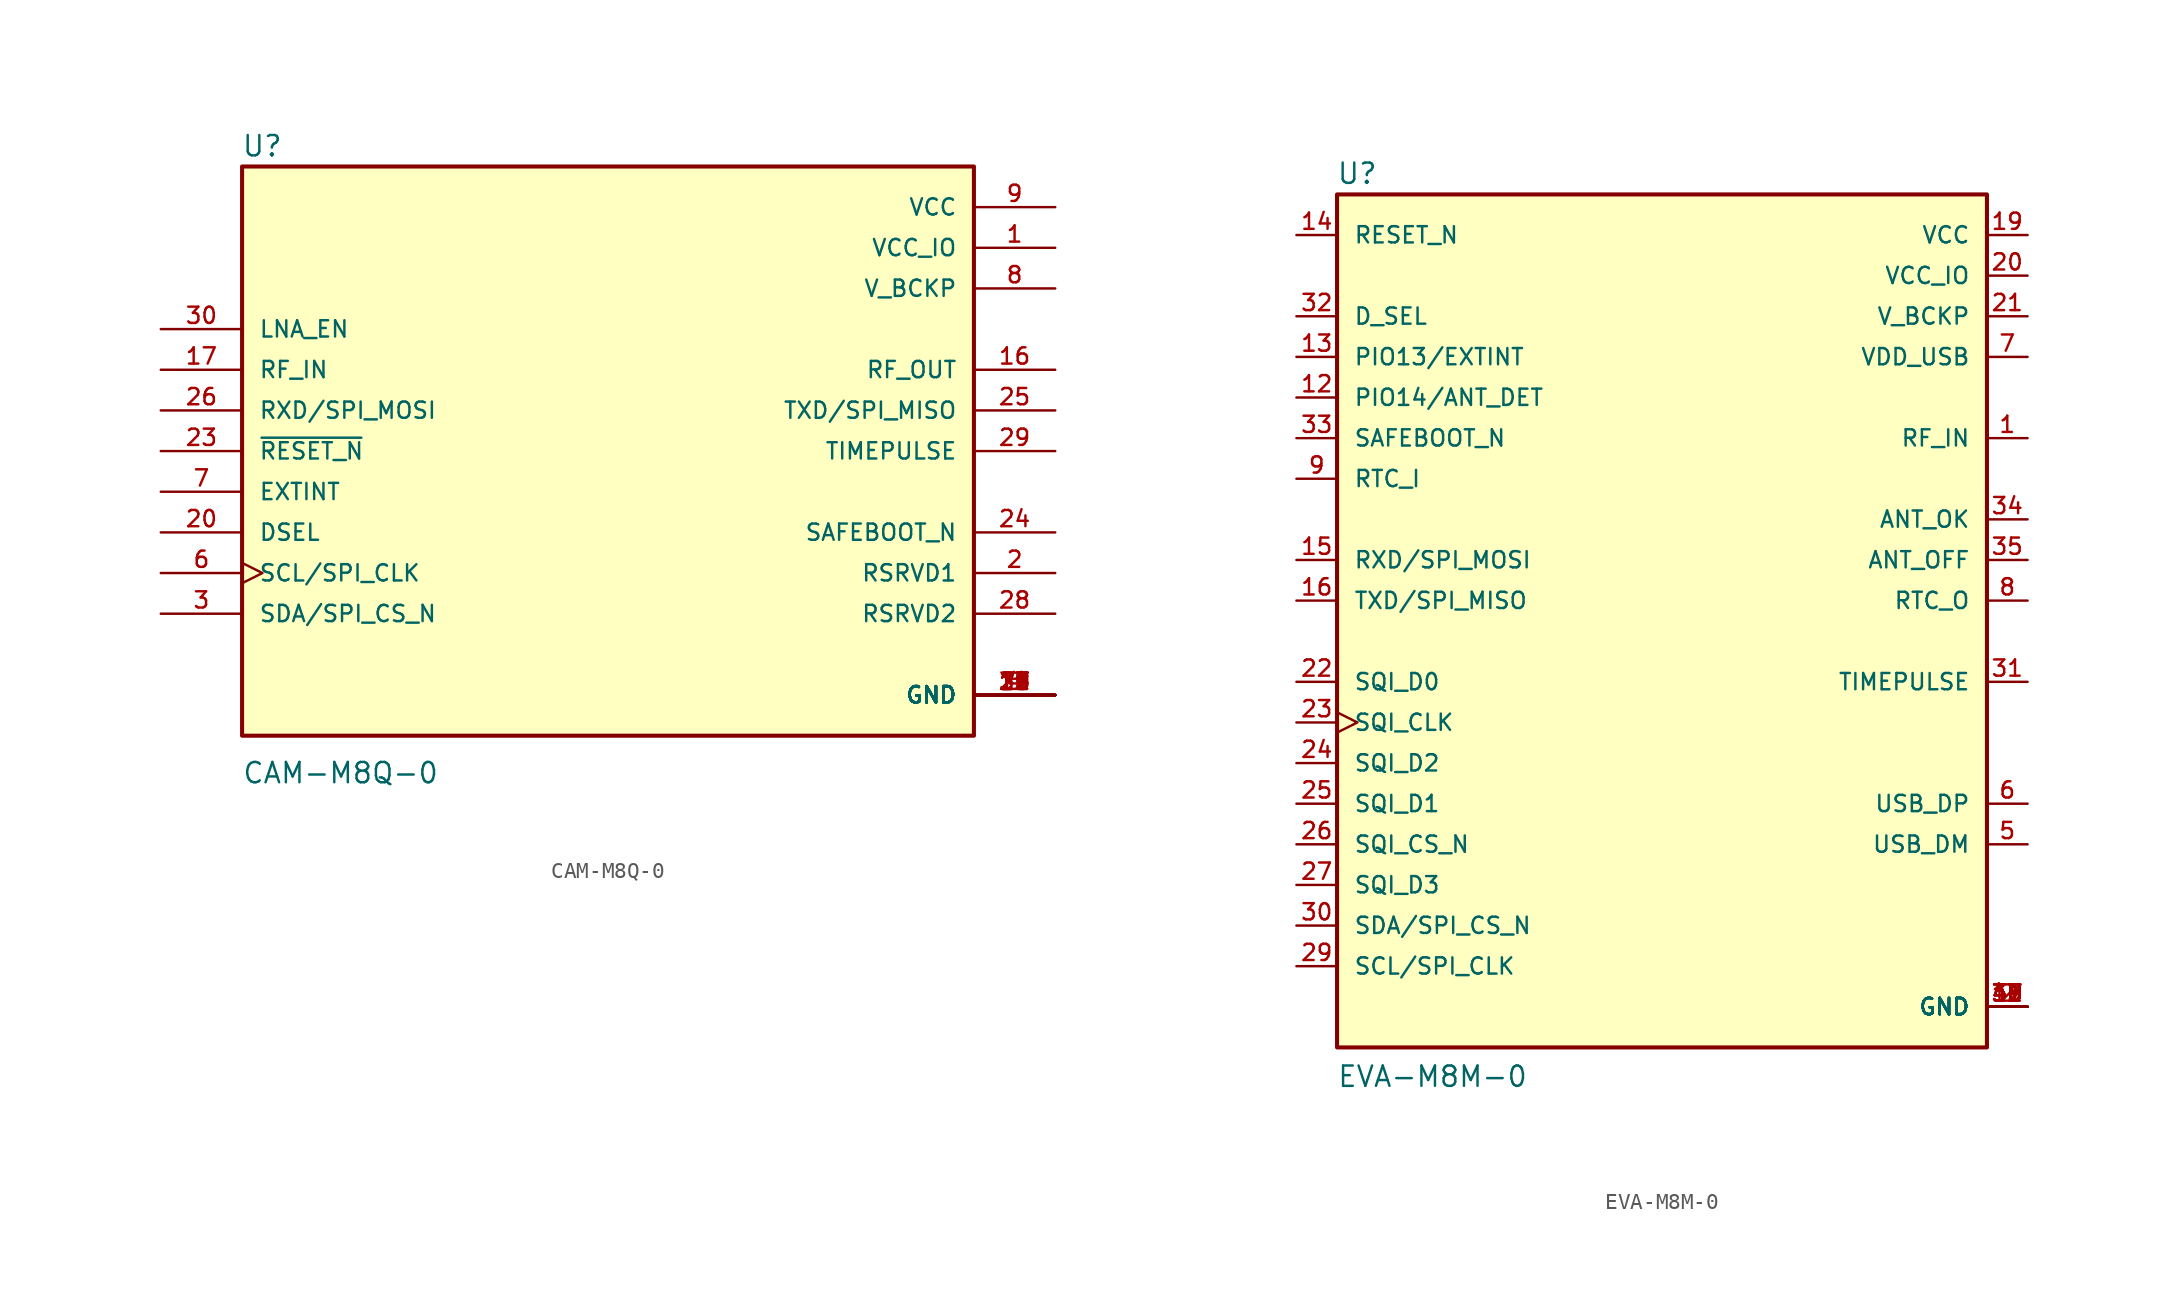
<source format=kicad_sym>
(kicad_symbol_lib
  (version 20211014)
  (generator kicad_symbol_editor)
  (symbol "CAM-M8Q-0"
    (pin_names
      (offset 1.016))
    (property "Reference" "U"
      (at -22.911 18.313 0)
      (effects (font (size 1.27 1.27)) (justify left bottom)))
    (property "Value" "CAM-M8Q-0"
      (at -22.885 -20.853 0)
      (effects (font (size 1.27 1.27)) (justify left bottom)))
    (property "ki_locked" ""
      (at 0 0 0)
      (effects (font (size 1.27 1.27))))
    (symbol "CAM-M8Q-0_0_0"
      (rectangle (start -22.86 -17.78) (end 22.86 17.78) (stroke (width 0.254) (type default) (color 0 0 0 0)) (fill (type background)))
      (pin power_in line (at 27.94 12.7 180) (length 5.08) (name "VCC_IO" (effects (font (size 1.016 1.016)))) (number "1" (effects (font (size 1.016 1.016)))))
      (pin power_in line (at 27.94 -15.24 180) (length 5.08) (name "GND" (effects (font (size 1.016 1.016)))) (number "10" (effects (font (size 1.016 1.016)))))
      (pin power_in line (at 27.94 -15.24 180) (length 5.08) (name "GND" (effects (font (size 1.016 1.016)))) (number "11" (effects (font (size 1.016 1.016)))))
      (pin power_in line (at 27.94 -15.24 180) (length 5.08) (name "GND" (effects (font (size 1.016 1.016)))) (number "12" (effects (font (size 1.016 1.016)))))
      (pin power_in line (at 27.94 -15.24 180) (length 5.08) (name "GND" (effects (font (size 1.016 1.016)))) (number "13" (effects (font (size 1.016 1.016)))))
      (pin power_in line (at 27.94 -15.24 180) (length 5.08) (name "GND" (effects (font (size 1.016 1.016)))) (number "14" (effects (font (size 1.016 1.016)))))
      (pin power_in line (at 27.94 -15.24 180) (length 5.08) (name "GND" (effects (font (size 1.016 1.016)))) (number "15" (effects (font (size 1.016 1.016)))))
      (pin output line (at 27.94 5.08 180) (length 5.08) (name "RF_OUT" (effects (font (size 1.016 1.016)))) (number "16" (effects (font (size 1.016 1.016)))))
      (pin input line (at -27.94 5.08 0) (length 5.08) (name "RF_IN" (effects (font (size 1.016 1.016)))) (number "17" (effects (font (size 1.016 1.016)))))
      (pin power_in line (at 27.94 -15.24 180) (length 5.08) (name "GND" (effects (font (size 1.016 1.016)))) (number "18" (effects (font (size 1.016 1.016)))))
      (pin power_in line (at 27.94 -15.24 180) (length 5.08) (name "GND" (effects (font (size 1.016 1.016)))) (number "19" (effects (font (size 1.016 1.016)))))
      (pin passive line (at 27.94 -7.62 180) (length 5.08) (name "RSRVD1" (effects (font (size 1.016 1.016)))) (number "2" (effects (font (size 1.016 1.016)))))
      (pin input line (at -27.94 -5.08 0) (length 5.08) (name "DSEL" (effects (font (size 1.016 1.016)))) (number "20" (effects (font (size 1.016 1.016)))))
      (pin power_in line (at 27.94 -15.24 180) (length 5.08) (name "GND" (effects (font (size 1.016 1.016)))) (number "21" (effects (font (size 1.016 1.016)))))
      (pin power_in line (at 27.94 -15.24 180) (length 5.08) (name "GND" (effects (font (size 1.016 1.016)))) (number "22" (effects (font (size 1.016 1.016)))))
      (pin input line (at -27.94 0 0) (length 5.08) (name "~{RESET_N}" (effects (font (size 1.016 1.016)))) (number "23" (effects (font (size 1.016 1.016)))))
      (pin passive line (at 27.94 -5.08 180) (length 5.08) (name "SAFEBOOT_N" (effects (font (size 1.016 1.016)))) (number "24" (effects (font (size 1.016 1.016)))))
      (pin output line (at 27.94 2.54 180) (length 5.08) (name "TXD/SPI_MISO" (effects (font (size 1.016 1.016)))) (number "25" (effects (font (size 1.016 1.016)))))
      (pin input line (at -27.94 2.54 0) (length 5.08) (name "RXD/SPI_MOSI" (effects (font (size 1.016 1.016)))) (number "26" (effects (font (size 1.016 1.016)))))
      (pin power_in line (at 27.94 -15.24 180) (length 5.08) (name "GND" (effects (font (size 1.016 1.016)))) (number "27" (effects (font (size 1.016 1.016)))))
      (pin passive line (at 27.94 -10.16 180) (length 5.08) (name "RSRVD2" (effects (font (size 1.016 1.016)))) (number "28" (effects (font (size 1.016 1.016)))))
      (pin output line (at 27.94 0 180) (length 5.08) (name "TIMEPULSE" (effects (font (size 1.016 1.016)))) (number "29" (effects (font (size 1.016 1.016)))))
      (pin bidirectional line (at -27.94 -10.16 0) (length 5.08) (name "SDA/SPI_CS_N" (effects (font (size 1.016 1.016)))) (number "3" (effects (font (size 1.016 1.016)))))
      (pin input line (at -27.94 7.62 0) (length 5.08) (name "LNA_EN" (effects (font (size 1.016 1.016)))) (number "30" (effects (font (size 1.016 1.016)))))
      (pin power_in line (at 27.94 -15.24 180) (length 5.08) (name "GND" (effects (font (size 1.016 1.016)))) (number "31" (effects (font (size 1.016 1.016)))))
      (pin power_in line (at 27.94 -15.24 180) (length 5.08) (name "GND" (effects (font (size 1.016 1.016)))) (number "4" (effects (font (size 1.016 1.016)))))
      (pin power_in line (at 27.94 -15.24 180) (length 5.08) (name "GND" (effects (font (size 1.016 1.016)))) (number "5" (effects (font (size 1.016 1.016)))))
      (pin input clock (at -27.94 -7.62 0) (length 5.08) (name "SCL/SPI_CLK" (effects (font (size 1.016 1.016)))) (number "6" (effects (font (size 1.016 1.016)))))
      (pin input line (at -27.94 -2.54 0) (length 5.08) (name "EXTINT" (effects (font (size 1.016 1.016)))) (number "7" (effects (font (size 1.016 1.016)))))
      (pin power_in line (at 27.94 10.16 180) (length 5.08) (name "V_BCKP" (effects (font (size 1.016 1.016)))) (number "8" (effects (font (size 1.016 1.016)))))
      (pin power_in line (at 27.94 15.24 180) (length 5.08) (name "VCC" (effects (font (size 1.016 1.016)))) (number "9" (effects (font (size 1.016 1.016)))))))
  (symbol "EVA-M8M-0"
    (pin_names
      (offset 1.016))
    (property "Reference" "U"
      (at -20.371 25.959 0)
      (effects (font (size 1.27 1.27)) (justify left bottom)))
    (property "Value" "EVA-M8M-0"
      (at -20.345 -30.505 0)
      (effects (font (size 1.27 1.27)) (justify left bottom)))
    (property "ki_locked" ""
      (at 0 0 0)
      (effects (font (size 1.27 1.27))))
    (symbol "EVA-M8M-0_0_0"
      (rectangle (start -20.32 -27.94) (end 20.32 25.4) (stroke (width 0.254) (type default) (color 0 0 0 0)) (fill (type background)))
      (pin input line (at 22.86 10.16 180) (length 2.54) (name "RF_IN" (effects (font (size 1.016 1.016)))) (number "1" (effects (font (size 1.016 1.016)))))
      (pin input line (at -22.86 12.7 0) (length 2.54) (name "PIO14/ANT_DET" (effects (font (size 1.016 1.016)))) (number "12" (effects (font (size 1.016 1.016)))))
      (pin input line (at -22.86 15.24 0) (length 2.54) (name "PIO13/EXTINT" (effects (font (size 1.016 1.016)))) (number "13" (effects (font (size 1.016 1.016)))))
      (pin input line (at -22.86 22.86 0) (length 2.54) (name "RESET_N" (effects (font (size 1.016 1.016)))) (number "14" (effects (font (size 1.016 1.016)))))
      (pin input line (at -22.86 2.54 0) (length 2.54) (name "RXD/SPI_MOSI" (effects (font (size 1.016 1.016)))) (number "15" (effects (font (size 1.016 1.016)))))
      (pin output line (at -22.86 0 0) (length 2.54) (name "TXD/SPI_MISO" (effects (font (size 1.016 1.016)))) (number "16" (effects (font (size 1.016 1.016)))))
      (pin power_in line (at 22.86 -25.4 180) (length 2.54) (name "GND" (effects (font (size 1.016 1.016)))) (number "18" (effects (font (size 1.016 1.016)))))
      (pin power_in line (at 22.86 22.86 180) (length 2.54) (name "VCC" (effects (font (size 1.016 1.016)))) (number "19" (effects (font (size 1.016 1.016)))))
      (pin power_in line (at 22.86 -25.4 180) (length 2.54) (name "GND" (effects (font (size 1.016 1.016)))) (number "2" (effects (font (size 1.016 1.016)))))
      (pin power_in line (at 22.86 20.32 180) (length 2.54) (name "VCC_IO" (effects (font (size 1.016 1.016)))) (number "20" (effects (font (size 1.016 1.016)))))
      (pin power_in line (at 22.86 17.78 180) (length 2.54) (name "V_BCKP" (effects (font (size 1.016 1.016)))) (number "21" (effects (font (size 1.016 1.016)))))
      (pin bidirectional line (at -22.86 -5.08 0) (length 2.54) (name "SQI_D0" (effects (font (size 1.016 1.016)))) (number "22" (effects (font (size 1.016 1.016)))))
      (pin bidirectional clock (at -22.86 -7.62 0) (length 2.54) (name "SQI_CLK" (effects (font (size 1.016 1.016)))) (number "23" (effects (font (size 1.016 1.016)))))
      (pin bidirectional line (at -22.86 -10.16 0) (length 2.54) (name "SQI_D2" (effects (font (size 1.016 1.016)))) (number "24" (effects (font (size 1.016 1.016)))))
      (pin bidirectional line (at -22.86 -12.7 0) (length 2.54) (name "SQI_D1" (effects (font (size 1.016 1.016)))) (number "25" (effects (font (size 1.016 1.016)))))
      (pin bidirectional line (at -22.86 -15.24 0) (length 2.54) (name "SQI_CS_N" (effects (font (size 1.016 1.016)))) (number "26" (effects (font (size 1.016 1.016)))))
      (pin bidirectional line (at -22.86 -17.78 0) (length 2.54) (name "SQI_D3" (effects (font (size 1.016 1.016)))) (number "27" (effects (font (size 1.016 1.016)))))
      (pin input line (at -22.86 -22.86 0) (length 2.54) (name "SCL/SPI_CLK" (effects (font (size 1.016 1.016)))) (number "29" (effects (font (size 1.016 1.016)))))
      (pin bidirectional line (at -22.86 -20.32 0) (length 2.54) (name "SDA/SPI_CS_N" (effects (font (size 1.016 1.016)))) (number "30" (effects (font (size 1.016 1.016)))))
      (pin output line (at 22.86 -5.08 180) (length 2.54) (name "TIMEPULSE" (effects (font (size 1.016 1.016)))) (number "31" (effects (font (size 1.016 1.016)))))
      (pin input line (at -22.86 17.78 0) (length 2.54) (name "D_SEL" (effects (font (size 1.016 1.016)))) (number "32" (effects (font (size 1.016 1.016)))))
      (pin input line (at -22.86 10.16 0) (length 2.54) (name "SAFEBOOT_N" (effects (font (size 1.016 1.016)))) (number "33" (effects (font (size 1.016 1.016)))))
      (pin input line (at 22.86 5.08 180) (length 2.54) (name "ANT_OK" (effects (font (size 1.016 1.016)))) (number "34" (effects (font (size 1.016 1.016)))))
      (pin output line (at 22.86 2.54 180) (length 2.54) (name "ANT_OFF" (effects (font (size 1.016 1.016)))) (number "35" (effects (font (size 1.016 1.016)))))
      (pin power_in line (at 22.86 -25.4 180) (length 2.54) (name "GND" (effects (font (size 1.016 1.016)))) (number "37" (effects (font (size 1.016 1.016)))))
      (pin power_in line (at 22.86 -25.4 180) (length 2.54) (name "GND" (effects (font (size 1.016 1.016)))) (number "38" (effects (font (size 1.016 1.016)))))
      (pin power_in line (at 22.86 -25.4 180) (length 2.54) (name "GND" (effects (font (size 1.016 1.016)))) (number "39" (effects (font (size 1.016 1.016)))))
      (pin power_in line (at 22.86 -25.4 180) (length 2.54) (name "GND" (effects (font (size 1.016 1.016)))) (number "40" (effects (font (size 1.016 1.016)))))
      (pin power_in line (at 22.86 -25.4 180) (length 2.54) (name "GND" (effects (font (size 1.016 1.016)))) (number "41" (effects (font (size 1.016 1.016)))))
      (pin power_in line (at 22.86 -25.4 180) (length 2.54) (name "GND" (effects (font (size 1.016 1.016)))) (number "42" (effects (font (size 1.016 1.016)))))
      (pin power_in line (at 22.86 -25.4 180) (length 2.54) (name "GND" (effects (font (size 1.016 1.016)))) (number "43" (effects (font (size 1.016 1.016)))))
      (pin bidirectional line (at 22.86 -15.24 180) (length 2.54) (name "USB_DM" (effects (font (size 1.016 1.016)))) (number "5" (effects (font (size 1.016 1.016)))))
      (pin bidirectional line (at 22.86 -12.7 180) (length 2.54) (name "USB_DP" (effects (font (size 1.016 1.016)))) (number "6" (effects (font (size 1.016 1.016)))))
      (pin power_in line (at 22.86 15.24 180) (length 2.54) (name "VDD_USB" (effects (font (size 1.016 1.016)))) (number "7" (effects (font (size 1.016 1.016)))))
      (pin output line (at 22.86 0 180) (length 2.54) (name "RTC_O" (effects (font (size 1.016 1.016)))) (number "8" (effects (font (size 1.016 1.016)))))
      (pin input line (at -22.86 7.62 0) (length 2.54) (name "RTC_I" (effects (font (size 1.016 1.016)))) (number "9" (effects (font (size 1.016 1.016))))))))
</source>
